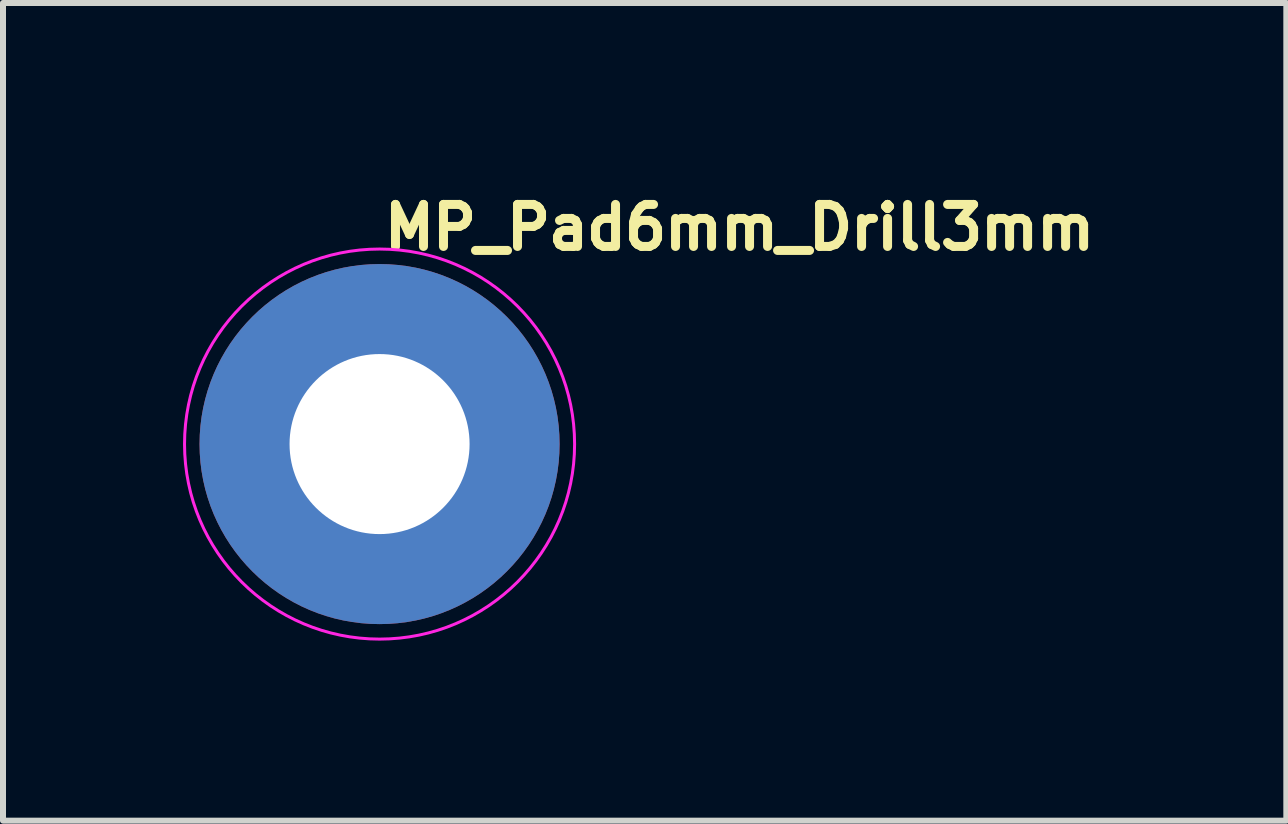
<source format=kicad_pcb>
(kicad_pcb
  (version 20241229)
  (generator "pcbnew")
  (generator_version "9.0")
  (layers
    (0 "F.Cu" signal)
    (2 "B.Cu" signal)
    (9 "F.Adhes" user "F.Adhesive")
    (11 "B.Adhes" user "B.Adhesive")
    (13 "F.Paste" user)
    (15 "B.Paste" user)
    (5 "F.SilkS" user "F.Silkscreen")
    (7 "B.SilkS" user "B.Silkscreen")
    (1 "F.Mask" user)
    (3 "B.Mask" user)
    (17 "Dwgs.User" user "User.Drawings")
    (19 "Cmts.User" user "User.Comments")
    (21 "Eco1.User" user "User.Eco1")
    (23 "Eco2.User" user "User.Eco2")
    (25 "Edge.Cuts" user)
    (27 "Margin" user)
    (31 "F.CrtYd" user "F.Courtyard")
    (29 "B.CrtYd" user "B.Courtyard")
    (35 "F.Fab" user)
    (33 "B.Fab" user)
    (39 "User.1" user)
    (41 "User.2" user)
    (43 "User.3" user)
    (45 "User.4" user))
  (footprint "MP_Pad6mm_Drill3mm"
    (layer "F.Cu")
    (at 3.275 4.35)
    (property "Reference" "MP_Pad6mm_Drill3mm" (at 0 -3.2 0) (layer "F.SilkS") (effects (font (size 0.7 0.7) (thickness 0.15)) (justify left bottom)))
    (attr exclude_from_pos_files exclude_from_bom)
    (fp_circle (center 0 0) (end 3.25 0) (stroke (width 0.05) (type default)) (fill no) (layer "F.CrtYd"))
    (pad "1" thru_hole circle (at 0 0) (size 6 6) (drill 3) (layers "*.Cu" "*.Mask")))
  (gr_rect
    (start -3 -3)
    (end 18.385 10.625)
    (stroke (width 0.1) (type default))
    (fill no)
    (layer "Edge.Cuts")))
</source>
